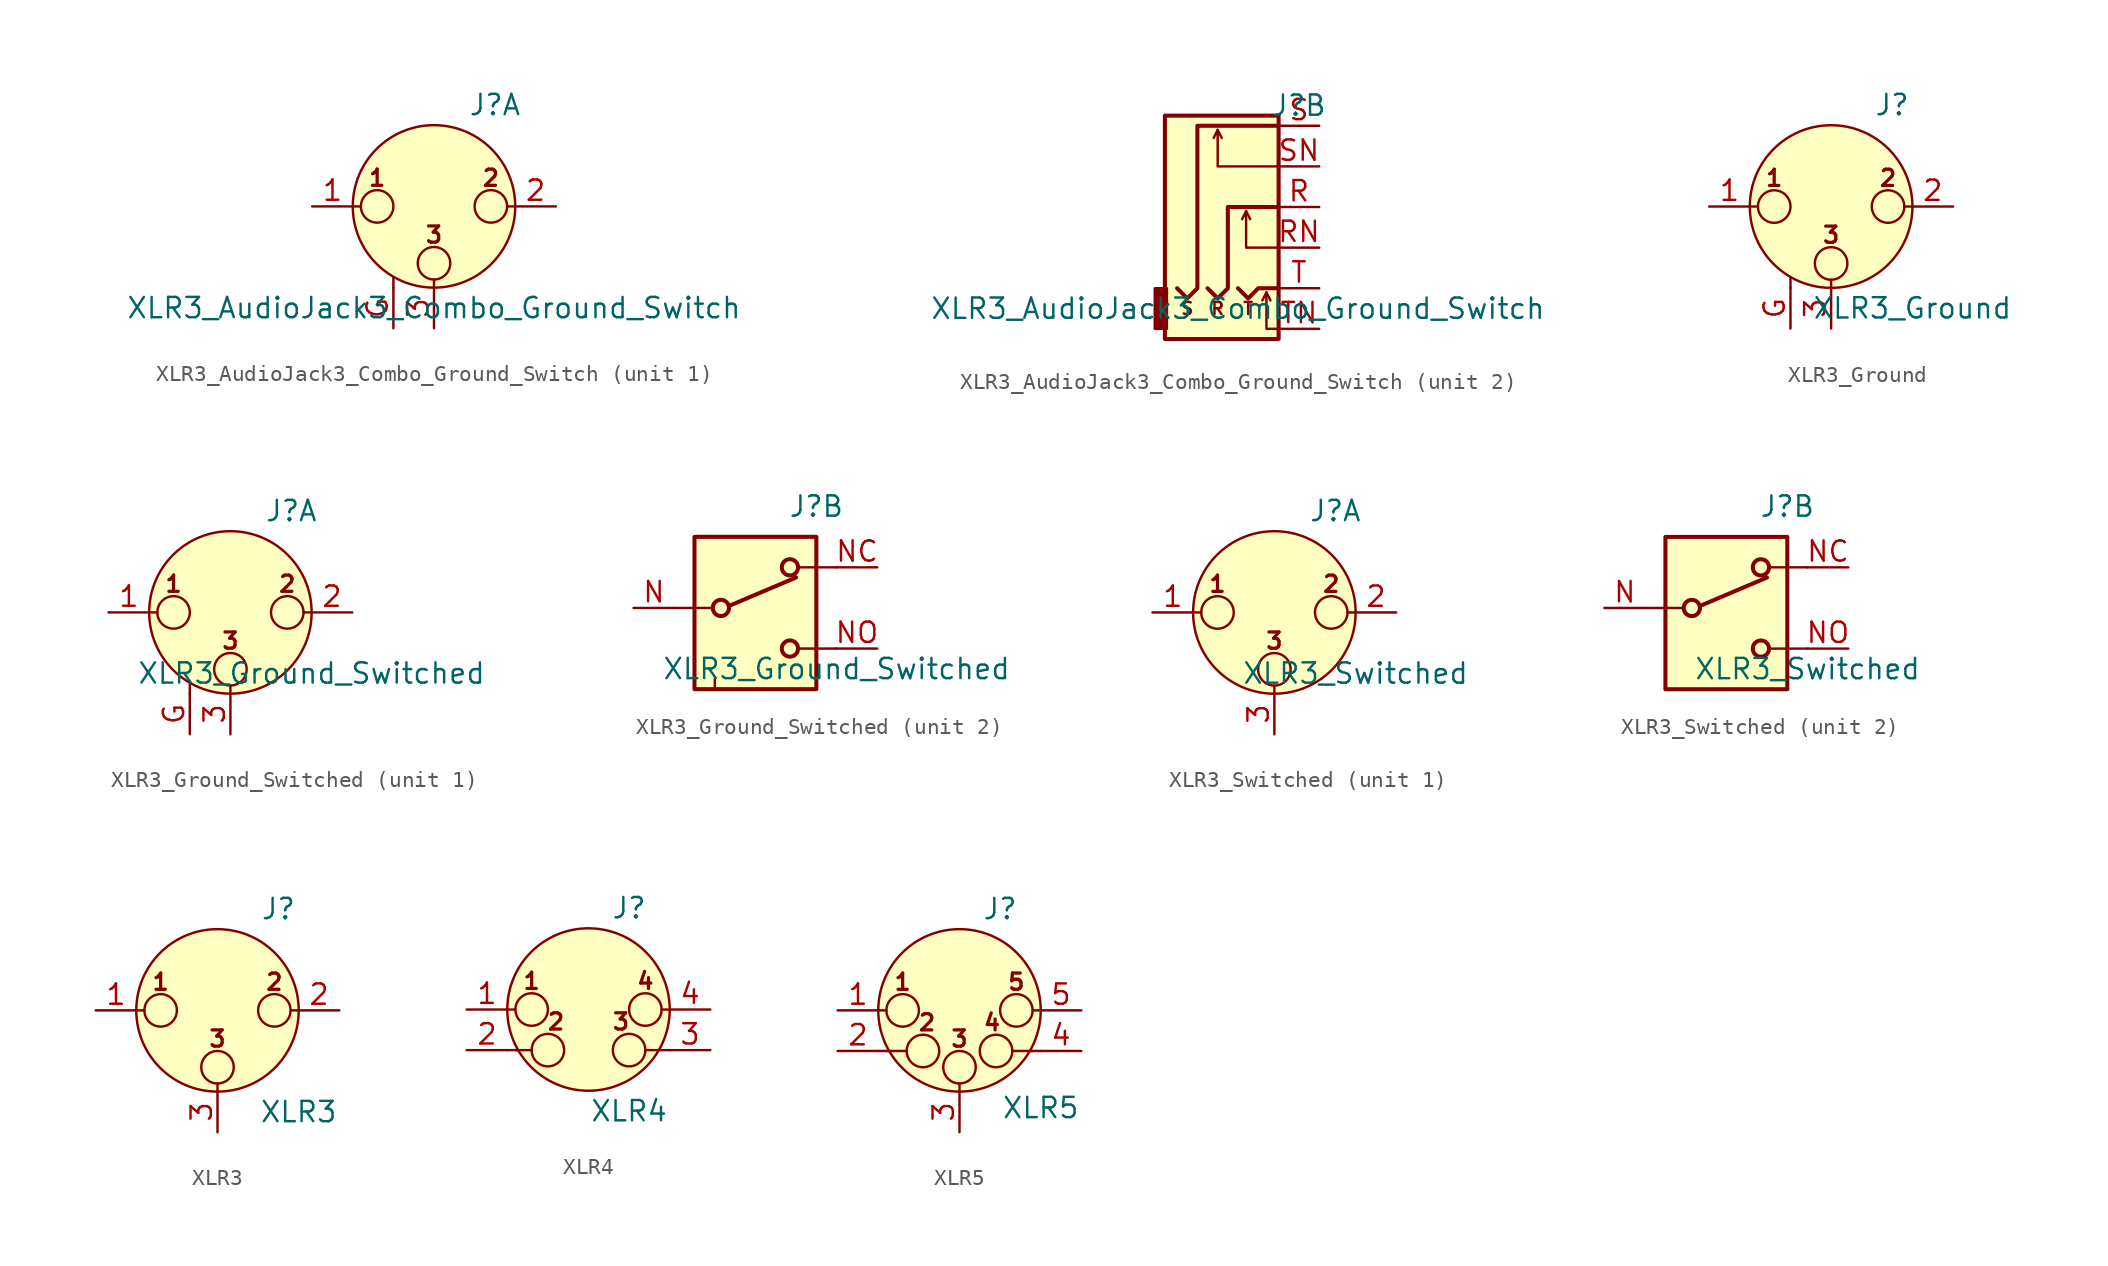
<source format=kicad_sym>
(kicad_symbol_lib
  (version 20201005)
  (generator kicad_symbol_editor)
  (symbol "XLR3_AudioJack3_Combo_Ground_Switch"
    (pin_names hide)
    (property "Reference" "J"
      (at 3.81 6.35 0)
      (effects (font (size 1.27 1.27))))
    (property "Value" "XLR3_AudioJack3_Combo_Ground_Switch"
      (at 0 -6.35 0)
      (effects (font (size 1.27 1.27))))
    (symbol "XLR3_AudioJack3_Combo_Ground_Switch_1_1"
      (circle (center -3.556 0) (radius 1.016) (stroke (width 0)) (fill (type none)))
      (circle (center 0 -3.556) (radius 1.016) (stroke (width 0)) (fill (type none)))
      (circle (center 0 0) (radius 5.08) (stroke (width 0)) (fill (type background)))
      (circle (center 3.556 0) (radius 1.016) (stroke (width 0)) (fill (type none)))
      (text "1" (at -3.556 1.778 0) (effects (font (size 1.016 1.016) bold)))
      (text "2" (at 3.556 1.778 0) (effects (font (size 1.016 1.016) bold)))
      (text "3" (at 0 -1.778 0) (effects (font (size 1.016 1.016) bold)))
      (polyline (pts (xy -5.08 0) (xy -4.572 0)) (stroke (width 0)) (fill (type none)))
      (polyline (pts (xy -2.54 -5.08) (xy -2.54 -4.445)) (stroke (width 0)) (fill (type none)))
      (polyline (pts (xy 0 -5.08) (xy 0 -4.572)) (stroke (width 0)) (fill (type none)))
      (polyline (pts (xy 5.08 0) (xy 4.572 0)) (stroke (width 0)) (fill (type none)))
      (pin passive line (at -7.62 0 0) (length 2.54) (name "~" (effects (font (size 1.27 1.27)))) (number "1" (effects (font (size 1.27 1.27)))))
      (pin passive line (at 7.62 0 180) (length 2.54) (name "~" (effects (font (size 1.27 1.27)))) (number "2" (effects (font (size 1.27 1.27)))))
      (pin passive line (at 0 -7.62 90) (length 2.54) (name "~" (effects (font (size 1.27 1.27)))) (number "3" (effects (font (size 1.27 1.27)))))
      (pin passive line (at -2.54 -7.62 90) (length 2.54) (name "~" (effects (font (size 1.27 1.27)))) (number "G" (effects (font (size 1.27 1.27))))))
    (symbol "XLR3_AudioJack3_Combo_Ground_Switch_2_0"
      (text "R" (at -1.27 -6.35 0) (effects (font (size 0.762 0.762))))
      (text "S" (at -3.175 -6.35 0) (effects (font (size 0.762 0.762))))
      (text "T" (at 0.635 -6.35 0) (effects (font (size 0.762 0.762)))))
    (symbol "XLR3_AudioJack3_Combo_Ground_Switch_2_1"
      (rectangle (start -4.445 -7.62) (end -5.207 -5.08) (stroke (width 0)) (fill (type outline)))
      (rectangle (start 2.54 -8.255) (end -4.572 5.715) (stroke (width 0.254)) (fill (type background)))
      (polyline (pts (xy -1.27 4.826) (xy -1.016 4.318)) (stroke (width 0)) (fill (type none)))
      (polyline (pts (xy 0.508 -0.254) (xy 0.762 -0.762)) (stroke (width 0)) (fill (type none)))
      (polyline (pts (xy 1.778 -5.334) (xy 2.032 -5.842)) (stroke (width 0)) (fill (type none)))
      (polyline (pts (xy 0 -5.08) (xy 0.635 -5.715) (xy 1.27 -5.08) (xy 2.54 -5.08)) (stroke (width 0.254)) (fill (type none)))
      (polyline (pts (xy 2.54 -7.62) (xy 1.778 -7.62) (xy 1.778 -5.334) (xy 1.524 -5.842)) (stroke (width 0)) (fill (type none)))
      (polyline (pts (xy 2.54 -2.54) (xy 0.508 -2.54) (xy 0.508 -0.254) (xy 0.254 -0.762)) (stroke (width 0)) (fill (type none)))
      (polyline (pts (xy 2.54 2.54) (xy -1.27 2.54) (xy -1.27 4.826) (xy -1.524 4.318)) (stroke (width 0)) (fill (type none)))
      (polyline (pts (xy -1.905 -5.08) (xy -1.27 -5.715) (xy -0.635 -5.08) (xy -0.635 0) (xy 2.54 0)) (stroke (width 0.254)) (fill (type none)))
      (polyline (pts (xy 2.54 5.08) (xy -2.54 5.08) (xy -2.54 -5.08) (xy -3.175 -5.715) (xy -3.81 -5.08)) (stroke (width 0.254)) (fill (type none)))
      (pin passive line (at 5.08 0 180) (length 2.54) (name "~" (effects (font (size 1.27 1.27)))) (number "R" (effects (font (size 1.27 1.27)))))
      (pin passive line (at 5.08 -2.54 180) (length 2.54) (name "~" (effects (font (size 1.27 1.27)))) (number "RN" (effects (font (size 1.27 1.27)))))
      (pin passive line (at 5.08 5.08 180) (length 2.54) (name "~" (effects (font (size 1.27 1.27)))) (number "S" (effects (font (size 1.27 1.27)))))
      (pin passive line (at 5.08 2.54 180) (length 2.54) (name "~" (effects (font (size 1.27 1.27)))) (number "SN" (effects (font (size 1.27 1.27)))))
      (pin passive line (at 5.08 -5.08 180) (length 2.54) (name "~" (effects (font (size 1.27 1.27)))) (number "T" (effects (font (size 1.27 1.27)))))
      (pin passive line (at 5.08 -7.62 180) (length 2.54) (name "~" (effects (font (size 1.27 1.27)))) (number "TN" (effects (font (size 1.27 1.27)))))))
  (symbol "XLR3_Ground"
    (pin_names hide)
    (property "Reference" "J"
      (at 3.81 6.35 0)
      (effects (font (size 1.27 1.27))))
    (property "Value" "XLR3_Ground"
      (at 5.08 -6.35 0)
      (effects (font (size 1.27 1.27))))
    (symbol "XLR3_Ground_0_1"
      (circle (center -3.556 0) (radius 1.016) (stroke (width 0)) (fill (type none)))
      (circle (center 0 -3.556) (radius 1.016) (stroke (width 0)) (fill (type none)))
      (circle (center 0 0) (radius 5.08) (stroke (width 0)) (fill (type background)))
      (circle (center 3.556 0) (radius 1.016) (stroke (width 0)) (fill (type none)))
      (text "1" (at -3.556 1.778 0) (effects (font (size 1.016 1.016) bold)))
      (text "2" (at 3.556 1.778 0) (effects (font (size 1.016 1.016) bold)))
      (text "3" (at 0 -1.778 0) (effects (font (size 1.016 1.016) bold)))
      (polyline (pts (xy -5.08 0) (xy -4.572 0)) (stroke (width 0)) (fill (type none)))
      (polyline (pts (xy -2.54 -5.08) (xy -2.54 -4.445)) (stroke (width 0)) (fill (type none)))
      (polyline (pts (xy 0 -5.08) (xy 0 -4.572)) (stroke (width 0)) (fill (type none)))
      (polyline (pts (xy 5.08 0) (xy 4.572 0)) (stroke (width 0)) (fill (type none)))
      (pin passive line (at -7.62 0 0) (length 2.54) (name "~" (effects (font (size 1.27 1.27)))) (number "1" (effects (font (size 1.27 1.27)))))
      (pin passive line (at 7.62 0 180) (length 2.54) (name "~" (effects (font (size 1.27 1.27)))) (number "2" (effects (font (size 1.27 1.27)))))
      (pin passive line (at 0 -7.62 90) (length 2.54) (name "~" (effects (font (size 1.27 1.27)))) (number "3" (effects (font (size 1.27 1.27))))))
    (symbol "XLR3_Ground_1_1"
      (pin passive line (at -2.54 -7.62 90) (length 2.54) (name "~" (effects (font (size 1.27 1.27)))) (number "G" (effects (font (size 1.27 1.27)))))))
  (symbol "XLR3_Ground_Switched"
    (pin_names hide)
    (property "Reference" "J"
      (at 3.81 6.35 0)
      (effects (font (size 1.27 1.27))))
    (property "Value" "XLR3_Ground_Switched"
      (at 5.08 -3.81 0)
      (effects (font (size 1.27 1.27))))
    (symbol "XLR3_Ground_Switched_0_1"
      (polyline (pts (xy -2.54 -5.08) (xy -2.54 -4.445)) (stroke (width 0)) (fill (type none))))
    (symbol "XLR3_Ground_Switched_1_1"
      (circle (center -3.556 0) (radius 1.016) (stroke (width 0)) (fill (type none)))
      (circle (center 0 -3.556) (radius 1.016) (stroke (width 0)) (fill (type none)))
      (circle (center 0 0) (radius 5.08) (stroke (width 0)) (fill (type background)))
      (circle (center 3.556 0) (radius 1.016) (stroke (width 0)) (fill (type none)))
      (text "1" (at -3.556 1.778 0) (effects (font (size 1.016 1.016) bold)))
      (text "2" (at 3.556 1.778 0) (effects (font (size 1.016 1.016) bold)))
      (text "3" (at 0 -1.778 0) (effects (font (size 1.016 1.016) bold)))
      (polyline (pts (xy -5.08 0) (xy -4.572 0)) (stroke (width 0)) (fill (type none)))
      (polyline (pts (xy 0 -5.08) (xy 0 -4.572)) (stroke (width 0)) (fill (type none)))
      (polyline (pts (xy 5.08 0) (xy 4.572 0)) (stroke (width 0)) (fill (type none)))
      (pin passive line (at -7.62 0 0) (length 2.54) (name "~" (effects (font (size 1.27 1.27)))) (number "1" (effects (font (size 1.27 1.27)))))
      (pin passive line (at 7.62 0 180) (length 2.54) (name "~" (effects (font (size 1.27 1.27)))) (number "2" (effects (font (size 1.27 1.27)))))
      (pin passive line (at 0 -7.62 90) (length 2.54) (name "~" (effects (font (size 1.27 1.27)))) (number "3" (effects (font (size 1.27 1.27)))))
      (pin passive line (at -2.54 -7.62 90) (length 2.54) (name "~" (effects (font (size 1.27 1.27)))) (number "G" (effects (font (size 1.27 1.27))))))
    (symbol "XLR3_Ground_Switched_2_1"
      (circle (center -2.159 0) (radius 0.508) (stroke (width 0.254)) (fill (type none)))
      (circle (center 2.159 -2.54) (radius 0.508) (stroke (width 0.254)) (fill (type none)))
      (circle (center 2.159 2.54) (radius 0.508) (stroke (width 0.254)) (fill (type none)))
      (rectangle (start -3.81 4.445) (end 3.81 -5.08) (stroke (width 0.254)) (fill (type background)))
      (polyline (pts (xy -5.08 0) (xy -2.794 0)) (stroke (width 0)) (fill (type none)))
      (polyline (pts (xy -1.651 0.127) (xy 2.54 1.905)) (stroke (width 0.254)) (fill (type none)))
      (polyline (pts (xy 5.08 -2.54) (xy 2.794 -2.54)) (stroke (width 0)) (fill (type none)))
      (polyline (pts (xy 5.08 2.54) (xy 2.794 2.54)) (stroke (width 0)) (fill (type none)))
      (pin passive line (at -7.62 0 0) (length 2.54) (name "~" (effects (font (size 1.27 1.27)))) (number "N" (effects (font (size 1.27 1.27)))))
      (pin passive line (at 7.62 2.54 180) (length 2.54) (name "~" (effects (font (size 1.27 1.27)))) (number "NC" (effects (font (size 1.27 1.27)))))
      (pin passive line (at 7.62 -2.54 180) (length 2.54) (name "~" (effects (font (size 1.27 1.27)))) (number "NO" (effects (font (size 1.27 1.27)))))))
  (symbol "XLR3_Switched"
    (pin_names hide)
    (property "Reference" "J"
      (at 3.81 6.35 0)
      (effects (font (size 1.27 1.27))))
    (property "Value" "XLR3_Switched"
      (at 5.08 -3.81 0)
      (effects (font (size 1.27 1.27))))
    (symbol "XLR3_Switched_1_1"
      (circle (center -3.556 0) (radius 1.016) (stroke (width 0)) (fill (type none)))
      (circle (center 0 -3.556) (radius 1.016) (stroke (width 0)) (fill (type none)))
      (circle (center 0 0) (radius 5.08) (stroke (width 0)) (fill (type background)))
      (circle (center 3.556 0) (radius 1.016) (stroke (width 0)) (fill (type none)))
      (text "1" (at -3.556 1.778 0) (effects (font (size 1.016 1.016) bold)))
      (text "2" (at 3.556 1.778 0) (effects (font (size 1.016 1.016) bold)))
      (text "3" (at 0 -1.778 0) (effects (font (size 1.016 1.016) bold)))
      (polyline (pts (xy -5.08 0) (xy -4.572 0)) (stroke (width 0)) (fill (type none)))
      (polyline (pts (xy 0 -5.08) (xy 0 -4.572)) (stroke (width 0)) (fill (type none)))
      (polyline (pts (xy 5.08 0) (xy 4.572 0)) (stroke (width 0)) (fill (type none)))
      (pin passive line (at -7.62 0 0) (length 2.54) (name "~" (effects (font (size 1.27 1.27)))) (number "1" (effects (font (size 1.27 1.27)))))
      (pin passive line (at 7.62 0 180) (length 2.54) (name "~" (effects (font (size 1.27 1.27)))) (number "2" (effects (font (size 1.27 1.27)))))
      (pin passive line (at 0 -7.62 90) (length 2.54) (name "~" (effects (font (size 1.27 1.27)))) (number "3" (effects (font (size 1.27 1.27))))))
    (symbol "XLR3_Switched_2_1"
      (circle (center -2.159 0) (radius 0.508) (stroke (width 0.254)) (fill (type none)))
      (circle (center 2.159 -2.54) (radius 0.508) (stroke (width 0.254)) (fill (type none)))
      (circle (center 2.159 2.54) (radius 0.508) (stroke (width 0.254)) (fill (type none)))
      (rectangle (start -3.81 4.445) (end 3.81 -5.08) (stroke (width 0.254)) (fill (type background)))
      (polyline (pts (xy -5.08 0) (xy -2.794 0)) (stroke (width 0)) (fill (type none)))
      (polyline (pts (xy -1.651 0.127) (xy 2.54 1.905)) (stroke (width 0.254)) (fill (type none)))
      (polyline (pts (xy 5.08 -2.54) (xy 2.794 -2.54)) (stroke (width 0)) (fill (type none)))
      (polyline (pts (xy 5.08 2.54) (xy 2.794 2.54)) (stroke (width 0)) (fill (type none)))
      (pin passive line (at -7.62 0 0) (length 2.54) (name "~" (effects (font (size 1.27 1.27)))) (number "N" (effects (font (size 1.27 1.27)))))
      (pin passive line (at 7.62 2.54 180) (length 2.54) (name "~" (effects (font (size 1.27 1.27)))) (number "NC" (effects (font (size 1.27 1.27)))))
      (pin passive line (at 7.62 -2.54 180) (length 2.54) (name "~" (effects (font (size 1.27 1.27)))) (number "NO" (effects (font (size 1.27 1.27)))))))
  (symbol "XLR3"
    (pin_names hide)
    (property "Reference" "J"
      (at 3.81 6.35 0)
      (effects (font (size 1.27 1.27))))
    (property "Value" "XLR3"
      (at 5.08 -6.35 0)
      (effects (font (size 1.27 1.27))))
    (symbol "XLR3_0_1"
      (circle (center -3.556 0) (radius 1.016) (stroke (width 0)) (fill (type none)))
      (circle (center 0 -3.556) (radius 1.016) (stroke (width 0)) (fill (type none)))
      (circle (center 0 0) (radius 5.08) (stroke (width 0)) (fill (type background)))
      (circle (center 3.556 0) (radius 1.016) (stroke (width 0)) (fill (type none)))
      (text "1" (at -3.556 1.778 0) (effects (font (size 1.016 1.016) bold)))
      (text "2" (at 3.556 1.778 0) (effects (font (size 1.016 1.016) bold)))
      (text "3" (at 0 -1.778 0) (effects (font (size 1.016 1.016) bold)))
      (polyline (pts (xy -5.08 0) (xy -4.572 0)) (stroke (width 0)) (fill (type none)))
      (polyline (pts (xy 0 -5.08) (xy 0 -4.572)) (stroke (width 0)) (fill (type none)))
      (polyline (pts (xy 5.08 0) (xy 4.572 0)) (stroke (width 0)) (fill (type none)))
      (pin passive line (at -7.62 0 0) (length 2.54) (name "~" (effects (font (size 1.27 1.27)))) (number "1" (effects (font (size 1.27 1.27)))))
      (pin passive line (at 7.62 0 180) (length 2.54) (name "~" (effects (font (size 1.27 1.27)))) (number "2" (effects (font (size 1.27 1.27)))))
      (pin passive line (at 0 -7.62 90) (length 2.54) (name "~" (effects (font (size 1.27 1.27)))) (number "3" (effects (font (size 1.27 1.27)))))))
  (symbol "XLR4"
    (pin_names hide)
    (property "Reference" "J"
      (at 2.54 6.35 0)
      (effects (font (size 1.27 1.27))))
    (property "Value" "XLR4"
      (at 2.54 -6.35 0)
      (effects (font (size 1.27 1.27))))
    (symbol "XLR4_0_1"
      (circle (center -3.556 0) (radius 1.016) (stroke (width 0)) (fill (type none)))
      (circle (center -2.54 -2.54) (radius 1.016) (stroke (width 0)) (fill (type none)))
      (circle (center 0 0) (radius 5.08) (stroke (width 0)) (fill (type background)))
      (circle (center 2.54 -2.54) (radius 1.016) (stroke (width 0)) (fill (type none)))
      (circle (center 3.556 0) (radius 1.016) (stroke (width 0)) (fill (type none)))
      (text "1" (at -3.556 1.778 0) (effects (font (size 1.016 1.016) bold)))
      (text "2" (at -2.032 -0.762 0) (effects (font (size 1.016 1.016) bold)))
      (text "3" (at 2.032 -0.762 0) (effects (font (size 1.016 1.016) bold)))
      (text "4" (at 3.556 1.778 0) (effects (font (size 1.016 1.016) bold)))
      (polyline (pts (xy -5.08 -2.54) (xy -4.445 -2.54)) (stroke (width 0)) (fill (type none)))
      (polyline (pts (xy -5.08 0) (xy -4.572 0)) (stroke (width 0)) (fill (type none)))
      (polyline (pts (xy -4.572 -2.54) (xy -3.556 -2.54)) (stroke (width 0)) (fill (type none)))
      (polyline (pts (xy 4.318 -2.54) (xy 3.556 -2.54)) (stroke (width 0)) (fill (type none)))
      (polyline (pts (xy 5.08 -2.54) (xy 4.445 -2.54)) (stroke (width 0)) (fill (type none)))
      (polyline (pts (xy 5.08 0) (xy 4.572 0)) (stroke (width 0)) (fill (type none))))
    (symbol "XLR4_1_1"
      (pin passive line (at -7.62 0 0) (length 2.54) (name "~" (effects (font (size 1.27 1.27)))) (number "1" (effects (font (size 1.27 1.27)))))
      (pin passive line (at -7.62 -2.54 0) (length 2.54) (name "~" (effects (font (size 1.27 1.27)))) (number "2" (effects (font (size 1.27 1.27)))))
      (pin passive line (at 7.62 -2.54 180) (length 2.54) (name "~" (effects (font (size 1.27 1.27)))) (number "3" (effects (font (size 1.27 1.27)))))
      (pin passive line (at 7.62 0 180) (length 2.54) (name "~" (effects (font (size 1.27 1.27)))) (number "4" (effects (font (size 1.27 1.27)))))))
  (symbol "XLR5"
    (pin_names hide)
    (property "Reference" "J"
      (at 2.54 6.35 0)
      (effects (font (size 1.27 1.27))))
    (property "Value" "XLR5"
      (at 5.08 -6.096 0)
      (effects (font (size 1.27 1.27))))
    (symbol "XLR5_0_1"
      (circle (center -3.556 0) (radius 1.016) (stroke (width 0)) (fill (type none)))
      (circle (center -2.286 -2.54) (radius 1.016) (stroke (width 0)) (fill (type none)))
      (circle (center 0 -3.556) (radius 1.016) (stroke (width 0)) (fill (type none)))
      (circle (center 0 0) (radius 5.08) (stroke (width 0)) (fill (type background)))
      (circle (center 2.286 -2.54) (radius 1.016) (stroke (width 0)) (fill (type none)))
      (circle (center 3.556 0) (radius 1.016) (stroke (width 0)) (fill (type none)))
      (text "1" (at -3.556 1.778 0) (effects (font (size 1.016 1.016) bold)))
      (text "2" (at -2.032 -0.762 0) (effects (font (size 1.016 1.016) bold)))
      (text "3" (at 0 -1.778 0) (effects (font (size 1.016 1.016) bold)))
      (text "4" (at 2.032 -0.762 0) (effects (font (size 1.016 1.016) bold)))
      (text "5" (at 3.556 1.778 0) (effects (font (size 1.016 1.016) bold)))
      (polyline (pts (xy -5.08 -2.54) (xy -4.445 -2.54)) (stroke (width 0)) (fill (type none)))
      (polyline (pts (xy -5.08 0) (xy -4.572 0)) (stroke (width 0)) (fill (type none)))
      (polyline (pts (xy -4.572 -2.54) (xy -3.302 -2.54)) (stroke (width 0)) (fill (type none)))
      (polyline (pts (xy 0 -5.08) (xy 0 -4.572)) (stroke (width 0)) (fill (type none)))
      (polyline (pts (xy 4.572 -2.54) (xy 3.302 -2.54)) (stroke (width 0)) (fill (type none)))
      (polyline (pts (xy 5.08 -2.54) (xy 4.445 -2.54)) (stroke (width 0)) (fill (type none)))
      (polyline (pts (xy 5.08 0) (xy 4.572 0)) (stroke (width 0)) (fill (type none))))
    (symbol "XLR5_1_1"
      (pin passive line (at -7.62 0 0) (length 2.54) (name "P1" (effects (font (size 1.27 1.27)))) (number "1" (effects (font (size 1.27 1.27)))))
      (pin passive line (at -7.62 -2.54 0) (length 2.54) (name "P2" (effects (font (size 1.27 1.27)))) (number "2" (effects (font (size 1.27 1.27)))))
      (pin passive line (at 0 -7.62 90) (length 2.54) (name "P3" (effects (font (size 1.27 1.27)))) (number "3" (effects (font (size 1.27 1.27)))))
      (pin passive line (at 7.62 -2.54 180) (length 2.54) (name "P3" (effects (font (size 1.27 1.27)))) (number "4" (effects (font (size 1.27 1.27)))))
      (pin passive line (at 7.62 0 180) (length 2.54) (name "P5" (effects (font (size 1.27 1.27)))) (number "5" (effects (font (size 1.27 1.27))))))))
</source>
